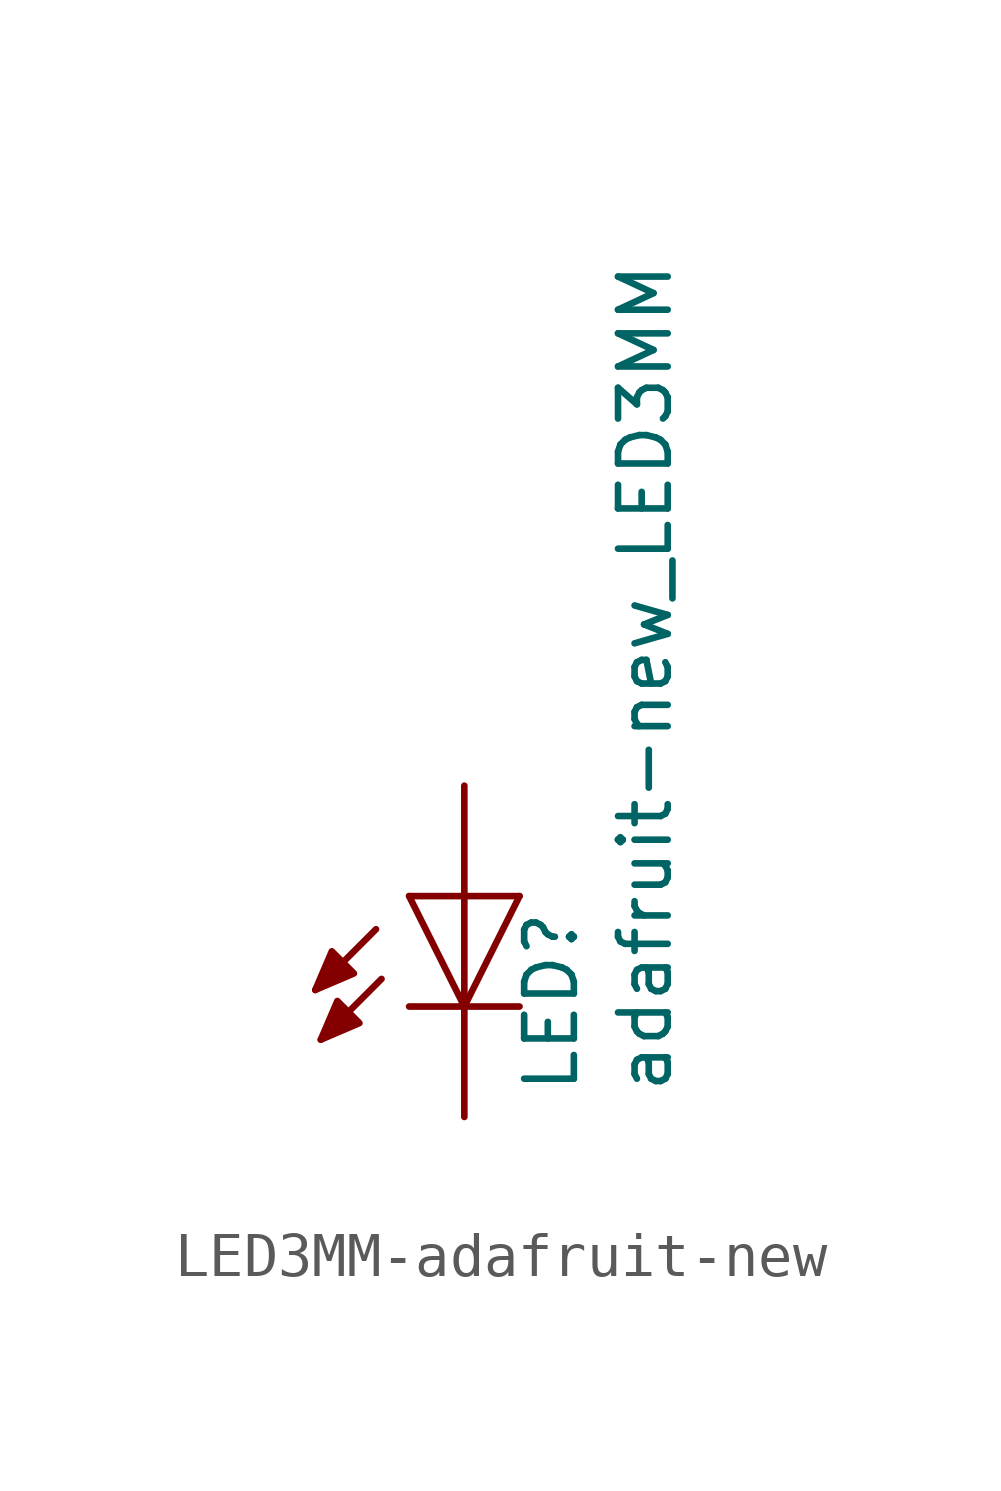
<source format=kicad_sym>
(kicad_symbol_lib
  (version 20220914)
  (generator kicad_symbol_editor)
  (symbol "LED3MM-adafruit-new"
    (pin_numbers hide)
    (pin_names
      (offset 1.016) hide)
    (property "Reference" "LED"
      (at 2.667 -4.572 90)
      (effects (font (size 1.143 1.143)) (justify left bottom)))
    (property "Value" "adafruit-new_LED3MM"
      (at 4.826 -4.572 90)
      (effects (font (size 1.143 1.143)) (justify left bottom)))
    (property "ki_locked" ""
      (at 0 0 0)
      (effects (font (size 1.27 1.27))))
    (symbol "LED3MM-adafruit-new_1_0"
      (polyline (pts (xy -2.032 -0.762) (xy -3.429 -2.159)) (stroke (width 0) (type solid)) (fill (type none)))
      (polyline (pts (xy -1.905 -1.905) (xy -3.302 -3.302)) (stroke (width 0) (type solid)) (fill (type none)))
      (polyline (pts (xy 0 -2.54) (xy -1.27 -2.54)) (stroke (width 0) (type solid)) (fill (type none)))
      (polyline (pts (xy 0 -2.54) (xy -1.27 0)) (stroke (width 0) (type solid)) (fill (type none)))
      (polyline (pts (xy 0 0) (xy -1.27 0)) (stroke (width 0) (type solid)) (fill (type none)))
      (polyline (pts (xy 0 0) (xy 0 -2.54)) (stroke (width 0) (type solid)) (fill (type none)))
      (polyline (pts (xy 1.27 -2.54) (xy 0 -2.54)) (stroke (width 0) (type solid)) (fill (type none)))
      (polyline (pts (xy 1.27 0) (xy 0 -2.54)) (stroke (width 0) (type solid)) (fill (type none)))
      (polyline (pts (xy 1.27 0) (xy 0 0)) (stroke (width 0) (type solid)) (fill (type none))))
    (symbol "LED3MM-adafruit-new_1_1"
      (polyline (pts (xy -3.429 -2.159) (xy -3.048 -1.27) (xy -3.048 -1.27) (xy -2.54 -1.778) (xy -2.54 -1.778) (xy -3.429 -2.159)) (stroke (width 0) (type solid)) (fill (type outline)))
      (polyline (pts (xy -3.302 -3.302) (xy -2.921 -2.413) (xy -2.921 -2.413) (xy -2.413 -2.921) (xy -2.413 -2.921) (xy -3.302 -3.302)) (stroke (width 0) (type solid)) (fill (type outline)))
      (pin passive line (at 0 2.54 270) (length 2.54) (name "A" (effects (font (size 1.016 1.016)))) (number "A" (effects (font (size 1.016 1.016)))))
      (pin passive line (at 0 -5.08 90) (length 2.54) (name "C" (effects (font (size 1.016 1.016)))) (number "K" (effects (font (size 1.016 1.016))))))))
</source>
